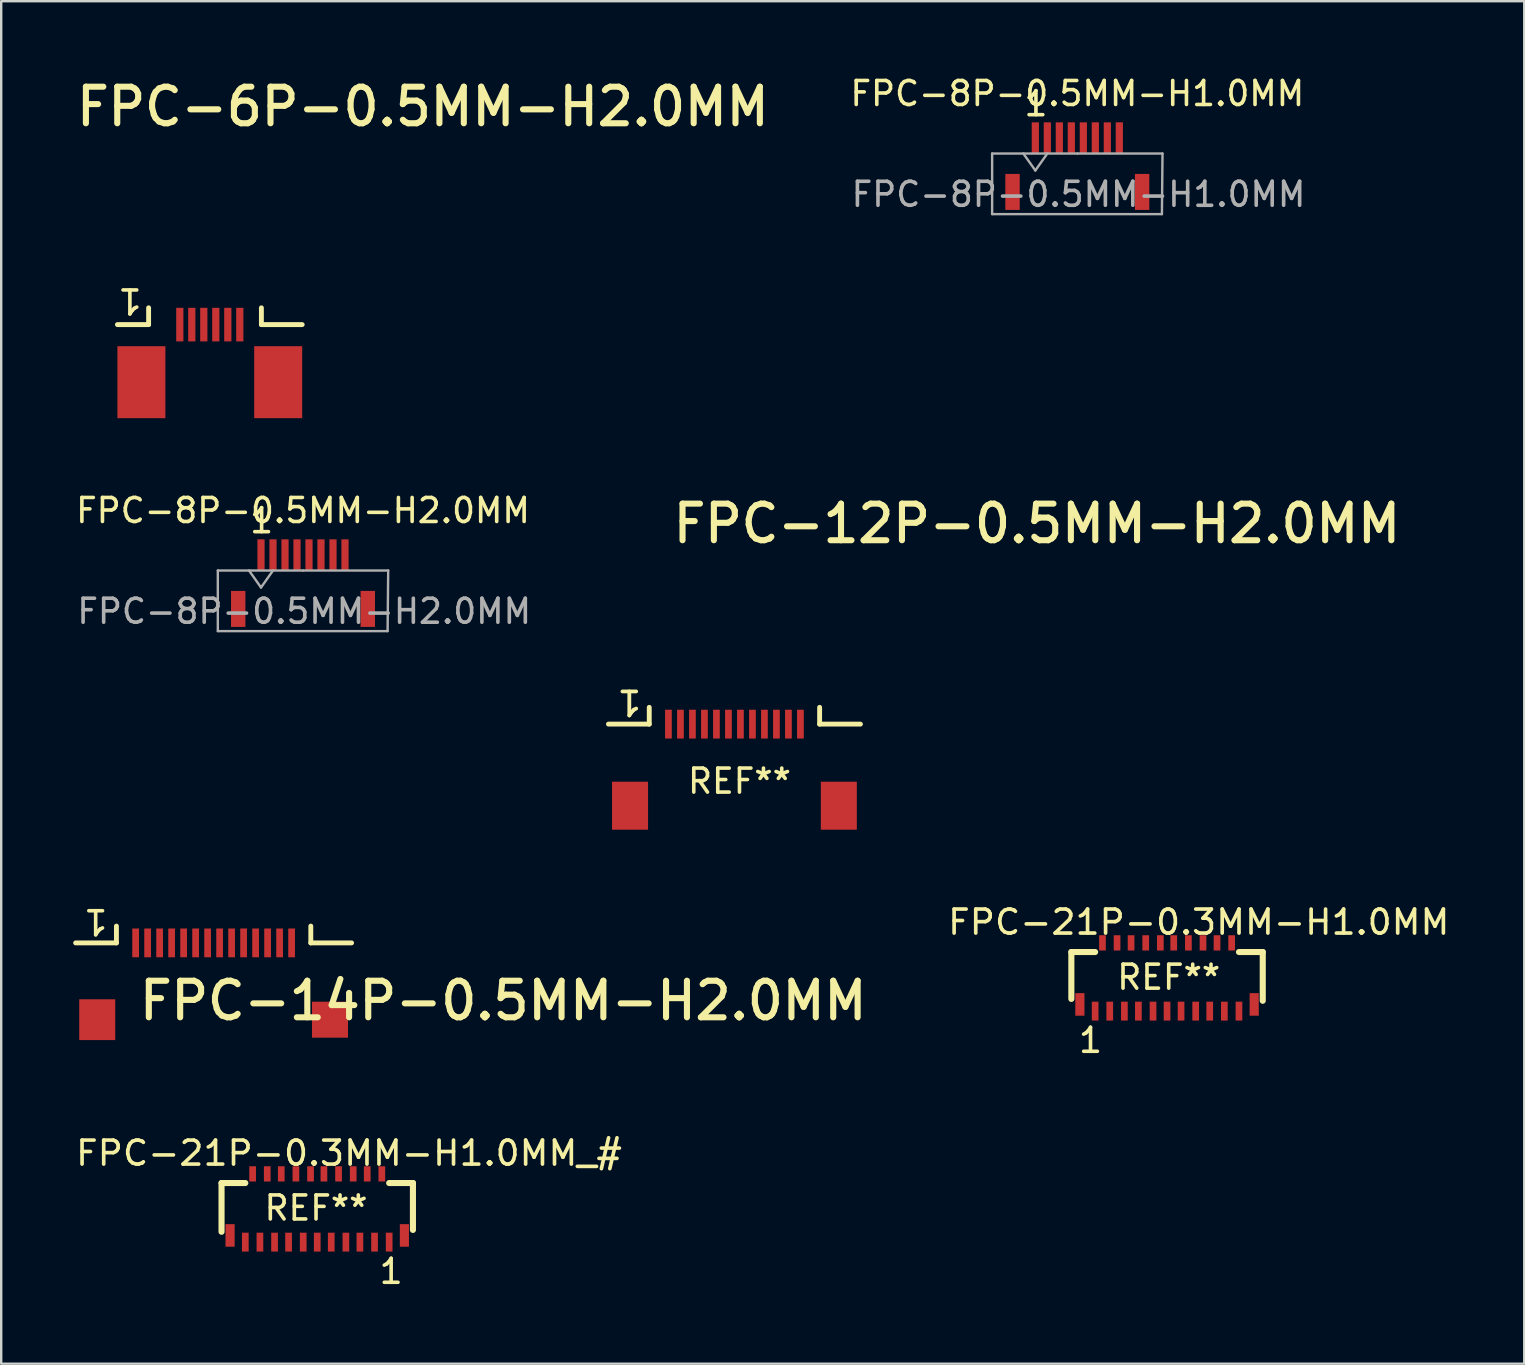
<source format=kicad_pcb>
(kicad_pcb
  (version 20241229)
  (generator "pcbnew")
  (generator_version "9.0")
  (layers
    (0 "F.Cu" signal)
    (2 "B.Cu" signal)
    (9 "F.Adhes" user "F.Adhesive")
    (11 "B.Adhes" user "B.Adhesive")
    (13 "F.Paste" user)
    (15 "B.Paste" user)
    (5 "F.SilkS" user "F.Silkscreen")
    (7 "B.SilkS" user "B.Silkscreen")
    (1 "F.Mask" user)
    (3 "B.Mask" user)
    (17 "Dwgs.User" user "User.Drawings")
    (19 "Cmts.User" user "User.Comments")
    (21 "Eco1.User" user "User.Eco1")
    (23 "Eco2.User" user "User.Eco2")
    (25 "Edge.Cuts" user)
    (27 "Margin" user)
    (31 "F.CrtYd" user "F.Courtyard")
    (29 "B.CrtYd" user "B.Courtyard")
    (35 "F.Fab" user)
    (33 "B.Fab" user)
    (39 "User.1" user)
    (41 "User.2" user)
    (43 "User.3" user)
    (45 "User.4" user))
  (footprint "FPC-8P-0.5MM-H2.0MM"
    (layer "F.Cu")
    (at 9.577 21.925)
    (property "Reference" "FPC-8P-0.5MM-H2.0MM" (at 0 -3.7 0) (layer "F.SilkS") (effects (font (size 1 1) (thickness 0.15))))
    (attr smd)
    (fp_line (start -3.55 -1.2) (end -3.55 1.325) (stroke (width 0.1) (type solid)) (layer "F.Fab"))
    (fp_line (start -3.55 1.325) (end 3.525 1.325) (stroke (width 0.1) (type solid)) (layer "F.Fab"))
    (fp_line (start -2.25 -1.2) (end -1.75 -0.493) (stroke (width 0.1) (type solid)) (layer "F.Fab"))
    (fp_line (start -1.75 -0.493) (end -1.25 -1.2) (stroke (width 0.1) (type solid)) (layer "F.Fab"))
    (fp_line (start 0 -1.2) (end -3.55 -1.2) (stroke (width 0.1) (type solid)) (layer "F.Fab"))
    (fp_line (start 0 -1.2) (end 3.55 -1.2) (stroke (width 0.1) (type solid)) (layer "F.Fab"))
    (fp_line (start 3.55 -1.2) (end 3.525 1.325) (stroke (width 0.1) (type solid)) (layer "F.Fab"))
    (fp_text user "1" (at -1.725 -3.275 0) (layer "F.SilkS") (effects (font (size 1 1) (thickness 0.15))))
    (fp_text user "${REFERENCE}" (at 0.05 0.5 0) (layer "F.Fab") (effects (font (size 1 1) (thickness 0.15))))
    (pad "1" smd rect (at -1.75 -1.85) (size 0.3 1.3) (layers "F.Cu" "F.Mask" "F.Paste"))
    (pad "2" smd rect (at -1.25 -1.85) (size 0.3 1.3) (layers "F.Cu" "F.Mask" "F.Paste"))
    (pad "3" smd rect (at -0.75 -1.85) (size 0.3 1.3) (layers "F.Cu" "F.Mask" "F.Paste"))
    (pad "4" smd rect (at -0.25 -1.85) (size 0.3 1.3) (layers "F.Cu" "F.Mask" "F.Paste"))
    (pad "5" smd rect (at 0.25 -1.85) (size 0.3 1.3) (layers "F.Cu" "F.Mask" "F.Paste"))
    (pad "6" smd rect (at 0.75 -1.85) (size 0.3 1.3) (layers "F.Cu" "F.Mask" "F.Paste"))
    (pad "7" smd rect (at 1.25 -1.85) (size 0.3 1.3) (layers "F.Cu" "F.Mask" "F.Paste"))
    (pad "8" smd rect (at 1.75 -1.85) (size 0.3 1.3) (layers "F.Cu" "F.Mask" "F.Paste"))
    (pad "9" smd rect (at -2.7 0.4) (size 0.6 1.5) (layers "F.Cu" "F.Mask" "F.Paste"))
    (pad "10" smd rect (at 2.7 0.4) (size 0.6 1.5) (layers "F.Cu" "F.Mask" "F.Paste")))
  (footprint "FPC-8P-0.5MM-H1.0MM"
    (layer "F.Cu")
    (at 41.845 4.548)
    (property "Reference" "FPC-8P-0.5MM-H1.0MM" (at 0 -3.7 0) (layer "F.SilkS") (effects (font (size 1 1) (thickness 0.15))))
    (attr smd)
    (fp_line (start -3.55 -1.2) (end -3.55 1.325) (stroke (width 0.1) (type solid)) (layer "F.Fab"))
    (fp_line (start -3.55 1.325) (end 3.525 1.325) (stroke (width 0.1) (type solid)) (layer "F.Fab"))
    (fp_line (start -2.25 -1.2) (end -1.75 -0.493) (stroke (width 0.1) (type solid)) (layer "F.Fab"))
    (fp_line (start -1.75 -0.493) (end -1.25 -1.2) (stroke (width 0.1) (type solid)) (layer "F.Fab"))
    (fp_line (start 0 -1.2) (end -3.55 -1.2) (stroke (width 0.1) (type solid)) (layer "F.Fab"))
    (fp_line (start 0 -1.2) (end 3.55 -1.2) (stroke (width 0.1) (type solid)) (layer "F.Fab"))
    (fp_line (start 3.55 -1.2) (end 3.525 1.325) (stroke (width 0.1) (type solid)) (layer "F.Fab"))
    (fp_text user "1" (at -1.725 -3.275 0) (layer "F.SilkS") (effects (font (size 1 1) (thickness 0.15))))
    (fp_text user "${REFERENCE}" (at 0.05 0.5 0) (layer "F.Fab") (effects (font (size 1 1) (thickness 0.15))))
    (pad "1" smd rect (at -1.75 -1.85) (size 0.3 1.3) (layers "F.Cu" "F.Mask" "F.Paste"))
    (pad "2" smd rect (at -1.25 -1.85) (size 0.3 1.3) (layers "F.Cu" "F.Mask" "F.Paste"))
    (pad "3" smd rect (at -0.75 -1.85) (size 0.3 1.3) (layers "F.Cu" "F.Mask" "F.Paste"))
    (pad "4" smd rect (at -0.25 -1.85) (size 0.3 1.3) (layers "F.Cu" "F.Mask" "F.Paste"))
    (pad "5" smd rect (at 0.25 -1.85) (size 0.3 1.3) (layers "F.Cu" "F.Mask" "F.Paste"))
    (pad "6" smd rect (at 0.75 -1.85) (size 0.3 1.3) (layers "F.Cu" "F.Mask" "F.Paste"))
    (pad "7" smd rect (at 1.25 -1.85) (size 0.3 1.3) (layers "F.Cu" "F.Mask" "F.Paste"))
    (pad "8" smd rect (at 1.75 -1.85) (size 0.3 1.3) (layers "F.Cu" "F.Mask" "F.Paste"))
    (pad "9" smd rect (at -2.7 0.4) (size 0.6 1.5) (layers "F.Cu" "F.Mask" "F.Paste"))
    (pad "10" smd rect (at 2.7 0.4) (size 0.6 1.5) (layers "F.Cu" "F.Mask" "F.Paste")))
  (footprint "FPC-12P-0.5MM-H2.0MM"
    (layer "F.Cu")
    (at 30.556 26.543)
    (property "Reference" "FPC-12P-0.5MM-H2.0MM" (at -5.693 -6.881 0) (unlocked yes) (layer "F.SilkS") (effects (font (size 1.524 1.524) (thickness 0.254)) (justify left bottom)))
    (fp_line (start -8.25 0.583) (end -6.55 0.583) (stroke (width 0.203) (type solid)) (layer "F.SilkS"))
    (fp_line (start -6.55 0.583) (end -6.55 -0.117) (stroke (width 0.203) (type solid)) (layer "F.SilkS"))
    (fp_line (start 0.55 0.583) (end 0.55 -0.117) (stroke (width 0.203) (type solid)) (layer "F.SilkS"))
    (fp_line (start 0.55 0.583) (end 2.25 0.583) (stroke (width 0.203) (type solid)) (layer "F.SilkS"))
    (fp_text user "REF**" (at -2.79 2.96 0) (unlocked yes) (layer "F.SilkS") (effects (font (size 1 1) (thickness 0.15))))
    (fp_text user "1" (at -6.8 -0.91 180) (unlocked yes) (layer "F.SilkS") (effects (font (size 1 1) (thickness 0.159) (bold yes)) (justify left bottom)))
    (pad "1" smd rect (at -5.75 0.583 180) (size 0.28 1.2) (layers "F.Cu" "F.Mask" "F.Paste"))
    (pad "2" smd rect (at -5.25 0.583 180) (size 0.28 1.2) (layers "F.Cu" "F.Mask" "F.Paste"))
    (pad "3" smd rect (at -4.75 0.583 180) (size 0.28 1.2) (layers "F.Cu" "F.Mask" "F.Paste"))
    (pad "4" smd rect (at -4.25 0.583 180) (size 0.28 1.2) (layers "F.Cu" "F.Mask" "F.Paste"))
    (pad "5" smd rect (at -3.75 0.583 180) (size 0.28 1.2) (layers "F.Cu" "F.Mask" "F.Paste"))
    (pad "6" smd rect (at -3.25 0.583 180) (size 0.28 1.2) (layers "F.Cu" "F.Mask" "F.Paste"))
    (pad "7" smd rect (at -2.75 0.583 180) (size 0.28 1.2) (layers "F.Cu" "F.Mask" "F.Paste"))
    (pad "8" smd rect (at -2.25 0.583 180) (size 0.28 1.2) (layers "F.Cu" "F.Mask" "F.Paste"))
    (pad "9" smd rect (at -1.75 0.583 180) (size 0.28 1.2) (layers "F.Cu" "F.Mask" "F.Paste"))
    (pad "10" smd rect (at -1.25 0.583 180) (size 0.28 1.2) (layers "F.Cu" "F.Mask" "F.Paste"))
    (pad "11" smd rect (at -0.75 0.583 180) (size 0.28 1.2) (layers "F.Cu" "F.Mask" "F.Paste"))
    (pad "12" smd rect (at -0.25 0.583 180) (size 0.28 1.2) (layers "F.Cu" "F.Mask" "F.Paste"))
    (pad "13" smd rect (at -7.35 3.983) (size 1.5 2) (layers "F.Cu" "F.Mask" "F.Paste"))
    (pad "14" smd rect (at 1.35 3.983) (size 1.5 2) (layers "F.Cu" "F.Mask" "F.Paste")))
  (footprint "FPC-21P-0.3MM-H1.0MM_#"
    (layer "F.Cu")
    (at 10.17 47.291)
    (property "Reference" "FPC-21P-0.3MM-H1.0MM_#" (at 1.321 -2.286 0) (unlocked yes) (layer "F.SilkS") (effects (font (size 1 1.052) (thickness 0.152))))
    (fp_line (start -3.988 0.991) (end -3.988 -1.041) (stroke (width 0.254) (type solid)) (layer "F.SilkS"))
    (fp_line (start -2.997 -1.041) (end -3.988 -1.041) (stroke (width 0.254) (type solid)) (layer "F.SilkS"))
    (fp_line (start 3.988 -1.041) (end 2.997 -1.041) (stroke (width 0.254) (type solid)) (layer "F.SilkS"))
    (fp_line (start 3.988 0.914) (end 3.988 -1.041) (stroke (width 0.254) (type solid)) (layer "F.SilkS"))
    (fp_text user "1" (at 3.08 2.64 0) (unlocked yes) (layer "F.SilkS") (effects (font (size 1 1) (thickness 0.15))))
    (fp_text user "REF**" (at -0.05 0 0) (unlocked yes) (layer "F.SilkS") (effects (font (size 1 1) (thickness 0.15))))
    (pad "1" smd rect (at 2.997 1.422) (size 0.279 0.787) (layers "F.Cu" "F.Mask" "F.Paste"))
    (pad "2" smd rect (at 2.692 -1.422) (size 0.279 0.635) (layers "F.Cu" "F.Mask" "F.Paste"))
    (pad "3" smd rect (at 2.388 1.422) (size 0.279 0.787) (layers "F.Cu" "F.Mask" "F.Paste"))
    (pad "4" smd rect (at 2.083 -1.422) (size 0.279 0.635) (layers "F.Cu" "F.Mask" "F.Paste"))
    (pad "5" smd rect (at 1.778 1.422) (size 0.279 0.787) (layers "F.Cu" "F.Mask" "F.Paste"))
    (pad "6" smd rect (at 1.499 -1.422) (size 0.279 0.635) (layers "F.Cu" "F.Mask" "F.Paste"))
    (pad "7" smd rect (at 1.194 1.422) (size 0.279 0.787) (layers "F.Cu" "F.Mask" "F.Paste"))
    (pad "8" smd rect (at 0.889 -1.422) (size 0.279 0.635) (layers "F.Cu" "F.Mask" "F.Paste"))
    (pad "9" smd rect (at 0.584 1.422) (size 0.279 0.787) (layers "F.Cu" "F.Mask" "F.Paste"))
    (pad "10" smd rect (at 0.279 -1.422) (size 0.279 0.635) (layers "F.Cu" "F.Mask" "F.Paste"))
    (pad "11" smd rect (at 0 1.422) (size 0.279 0.787) (layers "F.Cu" "F.Mask" "F.Paste"))
    (pad "12" smd rect (at -0.279 -1.422) (size 0.279 0.635) (layers "F.Cu" "F.Mask" "F.Paste"))
    (pad "13" smd rect (at -0.584 1.422) (size 0.279 0.787) (layers "F.Cu" "F.Mask" "F.Paste"))
    (pad "14" smd rect (at -0.889 -1.422) (size 0.279 0.635) (layers "F.Cu" "F.Mask" "F.Paste"))
    (pad "15" smd rect (at -1.194 1.422) (size 0.279 0.787) (layers "F.Cu" "F.Mask" "F.Paste"))
    (pad "16" smd rect (at -1.499 -1.422) (size 0.279 0.635) (layers "F.Cu" "F.Mask" "F.Paste"))
    (pad "17" smd rect (at -1.778 1.422) (size 0.279 0.787) (layers "F.Cu" "F.Mask" "F.Paste"))
    (pad "18" smd rect (at -2.083 -1.422) (size 0.279 0.635) (layers "F.Cu" "F.Mask" "F.Paste"))
    (pad "19" smd rect (at -2.388 1.422) (size 0.279 0.787) (layers "F.Cu" "F.Mask" "F.Paste"))
    (pad "20" smd rect (at -2.692 -1.422) (size 0.279 0.635) (layers "F.Cu" "F.Mask" "F.Paste"))
    (pad "21" smd rect (at -2.997 1.422) (size 0.279 0.787) (layers "F.Cu" "F.Mask" "F.Paste"))
    (pad "SH1" smd rect (at -3.632 1.143) (size 0.381 0.94) (layers "F.Cu" "F.Mask" "F.Paste"))
    (pad "SH2" smd rect (at 3.632 1.143) (size 0.381 0.94) (layers "F.Cu" "F.Mask" "F.Paste")))
  (footprint "FPC-6P-0.5MM-H2.0MM"
    (layer "F.Cu")
    (at 5.693 9.167)
    (property "Reference" "FPC-6P-0.5MM-H2.0MM" (at -5.693 -6.881 0) (unlocked yes) (layer "F.SilkS") (effects (font (size 1.524 1.524) (thickness 0.254)) (justify left bottom)))
    (fp_line (start -3.85 1.31) (end -2.55 1.31) (stroke (width 0.203) (type solid)) (layer "F.SilkS"))
    (fp_line (start -2.55 1.31) (end -2.55 0.61) (stroke (width 0.203) (type solid)) (layer "F.SilkS"))
    (fp_line (start 2.15 1.31) (end 2.15 0.61) (stroke (width 0.203) (type solid)) (layer "F.SilkS"))
    (fp_line (start 2.15 1.31) (end 3.85 1.31) (stroke (width 0.203) (type solid)) (layer "F.SilkS"))
    (fp_text user "1" (at -3.33 0.32 180) (unlocked yes) (layer "F.SilkS") (effects (font (size 1 1) (thickness 0.15) (bold yes))))
    (pad "1" smd rect (at -1.25 1.31) (size 0.3 1.4) (layers "F.Cu" "F.Mask" "F.Paste"))
    (pad "2" smd rect (at -0.75 1.31) (size 0.3 1.4) (layers "F.Cu" "F.Mask" "F.Paste"))
    (pad "3" smd rect (at -0.25 1.31) (size 0.3 1.4) (layers "F.Cu" "F.Mask" "F.Paste"))
    (pad "4" smd rect (at 0.25 1.31) (size 0.3 1.4) (layers "F.Cu" "F.Mask" "F.Paste"))
    (pad "5" smd rect (at 0.75 1.31) (size 0.3 1.4) (layers "F.Cu" "F.Mask" "F.Paste"))
    (pad "6" smd rect (at 1.25 1.31) (size 0.3 1.4) (layers "F.Cu" "F.Mask" "F.Paste"))
    (pad "SH" smd rect (at -2.85 3.71) (size 2 3) (layers "F.Cu" "F.Mask" "F.Paste"))
    (pad "SH" smd rect (at 2.85 3.71) (size 2 3) (layers "F.Cu" "F.Mask" "F.Paste")))
  (footprint "FPC-21P-0.3MM-H1.0MM"
    (layer "F.Cu")
    (at 45.584 37.664)
    (property "Reference" "FPC-21P-0.3MM-H1.0MM" (at 1.321 -2.286 0) (unlocked yes) (layer "F.SilkS") (effects (font (size 1 1.052) (thickness 0.152))))
    (fp_line (start -3.988 -1.041) (end -2.997 -1.041) (stroke (width 0.254) (type solid)) (layer "F.SilkS"))
    (fp_line (start -3.988 0.914) (end -3.988 -1.041) (stroke (width 0.254) (type solid)) (layer "F.SilkS"))
    (fp_line (start 2.997 -1.041) (end 3.988 -1.041) (stroke (width 0.254) (type solid)) (layer "F.SilkS"))
    (fp_line (start 3.988 0.991) (end 3.988 -1.041) (stroke (width 0.254) (type solid)) (layer "F.SilkS"))
    (fp_text user "1" (at -3.19 2.64 0) (unlocked yes) (layer "F.SilkS") (effects (font (size 1 1) (thickness 0.15))))
    (fp_text user "REF**" (at 0.07 0.01 0) (unlocked yes) (layer "F.SilkS") (effects (font (size 1 1) (thickness 0.15))))
    (pad "1" smd rect (at -2.997 1.422) (size 0.279 0.787) (layers "F.Cu" "F.Mask" "F.Paste"))
    (pad "2" smd rect (at -2.692 -1.422) (size 0.279 0.635) (layers "F.Cu" "F.Mask" "F.Paste"))
    (pad "3" smd rect (at -2.388 1.422) (size 0.279 0.787) (layers "F.Cu" "F.Mask" "F.Paste"))
    (pad "4" smd rect (at -2.083 -1.422) (size 0.279 0.635) (layers "F.Cu" "F.Mask" "F.Paste"))
    (pad "5" smd rect (at -1.778 1.422) (size 0.279 0.787) (layers "F.Cu" "F.Mask" "F.Paste"))
    (pad "6" smd rect (at -1.499 -1.422) (size 0.279 0.635) (layers "F.Cu" "F.Mask" "F.Paste"))
    (pad "7" smd rect (at -1.194 1.422) (size 0.279 0.787) (layers "F.Cu" "F.Mask" "F.Paste"))
    (pad "8" smd rect (at -0.889 -1.422) (size 0.279 0.635) (layers "F.Cu" "F.Mask" "F.Paste"))
    (pad "9" smd rect (at -0.584 1.422) (size 0.279 0.787) (layers "F.Cu" "F.Mask" "F.Paste"))
    (pad "10" smd rect (at -0.279 -1.422) (size 0.279 0.635) (layers "F.Cu" "F.Mask" "F.Paste"))
    (pad "11" smd rect (at 0 1.422) (size 0.279 0.787) (layers "F.Cu" "F.Mask" "F.Paste"))
    (pad "12" smd rect (at 0.279 -1.422) (size 0.279 0.635) (layers "F.Cu" "F.Mask" "F.Paste"))
    (pad "13" smd rect (at 0.584 1.422) (size 0.279 0.787) (layers "F.Cu" "F.Mask" "F.Paste"))
    (pad "14" smd rect (at 0.889 -1.422) (size 0.279 0.635) (layers "F.Cu" "F.Mask" "F.Paste"))
    (pad "15" smd rect (at 1.194 1.422) (size 0.279 0.787) (layers "F.Cu" "F.Mask" "F.Paste"))
    (pad "16" smd rect (at 1.499 -1.422) (size 0.279 0.635) (layers "F.Cu" "F.Mask" "F.Paste"))
    (pad "17" smd rect (at 1.778 1.422) (size 0.279 0.787) (layers "F.Cu" "F.Mask" "F.Paste"))
    (pad "18" smd rect (at 2.083 -1.422) (size 0.279 0.635) (layers "F.Cu" "F.Mask" "F.Paste"))
    (pad "19" smd rect (at 2.388 1.422) (size 0.279 0.787) (layers "F.Cu" "F.Mask" "F.Paste"))
    (pad "20" smd rect (at 2.692 -1.422) (size 0.279 0.635) (layers "F.Cu" "F.Mask" "F.Paste"))
    (pad "21" smd rect (at 2.997 1.422) (size 0.279 0.787) (layers "F.Cu" "F.Mask" "F.Paste"))
    (pad "SH" smd rect (at -3.632 1.143) (size 0.381 0.94) (layers "F.Cu" "F.Mask" "F.Paste"))
    (pad "SH" smd rect (at 3.632 1.143) (size 0.381 0.94) (layers "F.Cu" "F.Mask" "F.Paste")))
  (footprint "FPC-14P-0.5MM-H2.0MM"
    (layer "F.Cu")
    (at 5.852 35.723)
    (property "Reference" "FPC-14P-0.5MM-H2.0MM" (at -3.23 3.82 0) (unlocked yes) (layer "F.SilkS") (effects (font (size 1.524 1.524) (thickness 0.254)) (justify left bottom)))
    (fp_line (start -5.75 0.52) (end -4.05 0.52) (stroke (width 0.203) (type solid)) (layer "F.SilkS"))
    (fp_line (start -4.05 0.52) (end -4.05 -0.18) (stroke (width 0.203) (type solid)) (layer "F.SilkS"))
    (fp_line (start 4.05 0.52) (end 4.05 -0.18) (stroke (width 0.203) (type solid)) (layer "F.SilkS"))
    (fp_line (start 4.05 0.52) (end 5.75 0.52) (stroke (width 0.203) (type solid)) (layer "F.SilkS"))
    (fp_text user "1" (at -4.34 -0.95 180) (unlocked yes) (layer "F.SilkS") (effects (font (size 1 1) (thickness 0.15) (bold yes)) (justify left bottom)))
    (pad "1" smd rect (at -3.25 0.52 180) (size 0.28 1.2) (layers "F.Cu" "F.Mask" "F.Paste"))
    (pad "2" smd rect (at -2.75 0.52 180) (size 0.28 1.2) (layers "F.Cu" "F.Mask" "F.Paste"))
    (pad "3" smd rect (at -2.25 0.52 180) (size 0.28 1.2) (layers "F.Cu" "F.Mask" "F.Paste"))
    (pad "4" smd rect (at -1.75 0.52 180) (size 0.28 1.2) (layers "F.Cu" "F.Mask" "F.Paste"))
    (pad "5" smd rect (at -1.25 0.52 180) (size 0.28 1.2) (layers "F.Cu" "F.Mask" "F.Paste"))
    (pad "6" smd rect (at -0.75 0.52 180) (size 0.28 1.2) (layers "F.Cu" "F.Mask" "F.Paste"))
    (pad "7" smd rect (at -0.25 0.52 180) (size 0.28 1.2) (layers "F.Cu" "F.Mask" "F.Paste"))
    (pad "8" smd rect (at 0.25 0.52 180) (size 0.28 1.2) (layers "F.Cu" "F.Mask" "F.Paste"))
    (pad "9" smd rect (at 0.75 0.52 180) (size 0.28 1.2) (layers "F.Cu" "F.Mask" "F.Paste"))
    (pad "10" smd rect (at 1.25 0.52 180) (size 0.28 1.2) (layers "F.Cu" "F.Mask" "F.Paste"))
    (pad "11" smd rect (at 1.75 0.52 180) (size 0.28 1.2) (layers "F.Cu" "F.Mask" "F.Paste"))
    (pad "12" smd rect (at 2.25 0.52 180) (size 0.28 1.2) (layers "F.Cu" "F.Mask" "F.Paste"))
    (pad "13" smd rect (at 2.75 0.52 180) (size 0.28 1.2) (layers "F.Cu" "F.Mask" "F.Paste"))
    (pad "14" smd rect (at 3.25 0.52 180) (size 0.28 1.2) (layers "F.Cu" "F.Mask" "F.Paste"))
    (pad "15" smd rect (at 4.85 3.72) (size 1.5 1.5) (layers "F.Cu" "F.Mask" "F.Paste"))
    (pad "16" smd rect (at -4.85 3.72) (size 1.5 1.7) (layers "F.Cu" "F.Mask" "F.Paste")))
  (gr_rect
    (start -3 -3)
    (end 60.469 53.779)
    (stroke (width 0.1) (type default))
    (fill no)
    (layer "Edge.Cuts")))
</source>
